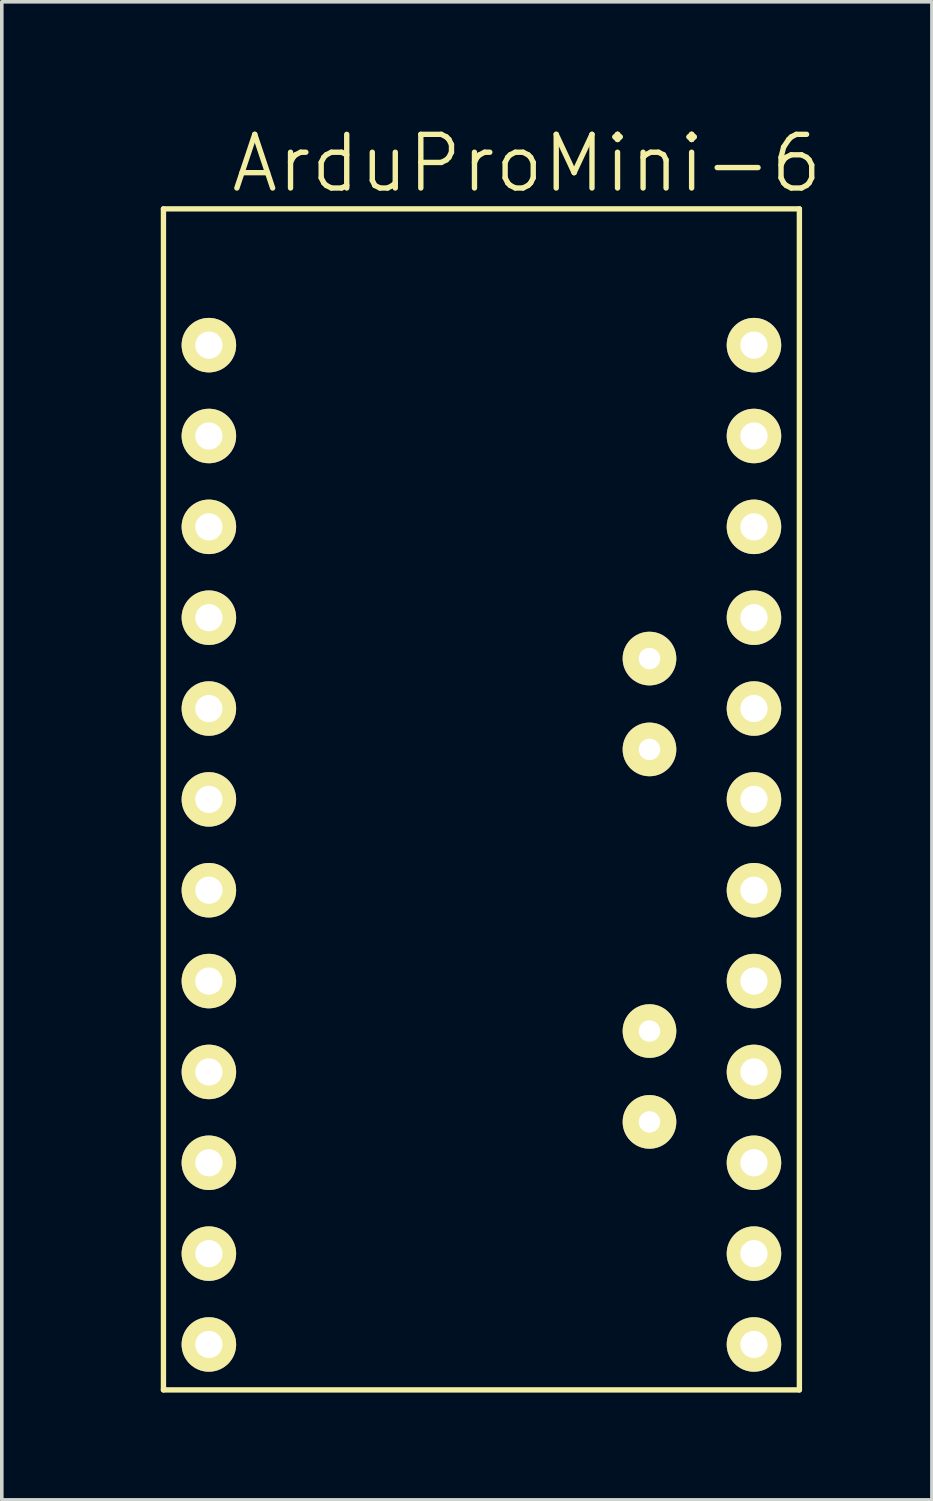
<source format=kicad_pcb>
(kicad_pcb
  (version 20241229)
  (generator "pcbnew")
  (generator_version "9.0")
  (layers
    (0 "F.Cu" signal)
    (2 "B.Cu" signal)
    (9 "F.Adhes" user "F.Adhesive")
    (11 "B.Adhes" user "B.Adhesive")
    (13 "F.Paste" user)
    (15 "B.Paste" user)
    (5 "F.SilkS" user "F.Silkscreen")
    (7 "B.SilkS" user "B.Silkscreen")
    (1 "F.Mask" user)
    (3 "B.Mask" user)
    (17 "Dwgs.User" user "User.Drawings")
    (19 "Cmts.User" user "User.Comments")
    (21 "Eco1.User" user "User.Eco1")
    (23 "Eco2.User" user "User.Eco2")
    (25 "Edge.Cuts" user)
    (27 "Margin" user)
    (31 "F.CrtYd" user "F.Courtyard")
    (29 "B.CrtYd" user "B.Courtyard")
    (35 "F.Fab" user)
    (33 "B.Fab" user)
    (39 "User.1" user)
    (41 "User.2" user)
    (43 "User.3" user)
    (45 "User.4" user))
  (footprint "ArduProMini-6"
    (layer "F.Cu")
    (at 0.25 0.25)
    (property "Reference" "ArduProMini-6" (at 11.43 1.27 0) (layer "F.SilkS") (effects (font (size 1.5 1.5) (thickness 0.15))))
    (attr through_hole)
    (fp_line (start 1.27 2.54) (end 19.05 2.54) (stroke (width 0.15) (type solid)) (layer "F.SilkS"))
    (fp_line (start 1.27 35.56) (end 1.27 2.54) (stroke (width 0.15) (type solid)) (layer "F.SilkS"))
    (fp_line (start 1.27 35.56) (end 19.05 35.56) (stroke (width 0.15) (type solid)) (layer "F.SilkS"))
    (fp_line (start 19.05 2.54) (end 19.05 35.56) (stroke (width 0.15) (type solid)) (layer "F.SilkS"))
    (pad "7" thru_hole circle (at 2.54 6.35) (size 1.524 1.524) (drill 0.762) (layers "*.Cu" "*.Mask" "F.SilkS"))
    (pad "8" thru_hole circle (at 2.54 8.89) (size 1.524 1.524) (drill 0.762) (layers "*.Cu" "*.Mask" "F.SilkS"))
    (pad "9" thru_hole circle (at 2.54 11.43) (size 1.524 1.524) (drill 0.762) (layers "*.Cu" "*.Mask" "F.SilkS"))
    (pad "10" thru_hole circle (at 2.54 13.97) (size 1.524 1.524) (drill 0.762) (layers "*.Cu" "*.Mask" "F.SilkS"))
    (pad "11" thru_hole circle (at 2.54 16.51) (size 1.524 1.524) (drill 0.762) (layers "*.Cu" "*.Mask" "F.SilkS"))
    (pad "12" thru_hole circle (at 2.54 19.05) (size 1.524 1.524) (drill 0.762) (layers "*.Cu" "*.Mask" "F.SilkS"))
    (pad "13" thru_hole circle (at 2.54 21.59) (size 1.524 1.524) (drill 0.762) (layers "*.Cu" "*.Mask" "F.SilkS"))
    (pad "14" thru_hole circle (at 2.54 24.13) (size 1.524 1.524) (drill 0.762) (layers "*.Cu" "*.Mask" "F.SilkS"))
    (pad "15" thru_hole circle (at 2.54 26.67) (size 1.524 1.524) (drill 0.762) (layers "*.Cu" "*.Mask" "F.SilkS"))
    (pad "16" thru_hole circle (at 2.54 29.21) (size 1.524 1.524) (drill 0.762) (layers "*.Cu" "*.Mask" "F.SilkS"))
    (pad "17" thru_hole circle (at 2.54 31.75) (size 1.524 1.524) (drill 0.762) (layers "*.Cu" "*.Mask" "F.SilkS"))
    (pad "18" thru_hole circle (at 2.54 34.29) (size 1.524 1.524) (drill 0.762) (layers "*.Cu" "*.Mask" "F.SilkS"))
    (pad "19" thru_hole circle (at 17.78 6.35) (size 1.524 1.524) (drill 0.762) (layers "*.Cu" "*.Mask" "F.SilkS"))
    (pad "20" thru_hole circle (at 17.78 8.89) (size 1.524 1.524) (drill 0.762) (layers "*.Cu" "*.Mask" "F.SilkS"))
    (pad "21" thru_hole circle (at 17.78 11.43) (size 1.524 1.524) (drill 0.762) (layers "*.Cu" "*.Mask" "F.SilkS"))
    (pad "22" thru_hole circle (at 17.78 13.97) (size 1.524 1.524) (drill 0.762) (layers "*.Cu" "*.Mask" "F.SilkS"))
    (pad "23" thru_hole circle (at 17.78 16.51) (size 1.524 1.524) (drill 0.762) (layers "*.Cu" "*.Mask" "F.SilkS"))
    (pad "24" thru_hole circle (at 17.78 19.05) (size 1.524 1.524) (drill 0.762) (layers "*.Cu" "*.Mask" "F.SilkS"))
    (pad "25" thru_hole circle (at 17.78 21.59) (size 1.524 1.524) (drill 0.762) (layers "*.Cu" "*.Mask" "F.SilkS"))
    (pad "26" thru_hole circle (at 17.78 24.13) (size 1.524 1.524) (drill 0.762) (layers "*.Cu" "*.Mask" "F.SilkS"))
    (pad "27" thru_hole circle (at 17.78 26.67) (size 1.524 1.524) (drill 0.762) (layers "*.Cu" "*.Mask" "F.SilkS"))
    (pad "28" thru_hole circle (at 17.78 29.21) (size 1.524 1.524) (drill 0.762) (layers "*.Cu" "*.Mask" "F.SilkS"))
    (pad "29" thru_hole circle (at 17.78 31.75) (size 1.524 1.524) (drill 0.762) (layers "*.Cu" "*.Mask" "F.SilkS"))
    (pad "30" thru_hole circle (at 17.78 34.29) (size 1.524 1.524) (drill 0.762) (layers "*.Cu" "*.Mask" "F.SilkS"))
    (pad "31" thru_hole circle (at 14.859 15.113) (size 1.5 1.5) (drill 0.6) (layers "*.Cu" "*.Mask" "F.SilkS"))
    (pad "32" thru_hole circle (at 14.859 17.653) (size 1.5 1.5) (drill 0.6) (layers "*.Cu" "*.Mask" "F.SilkS"))
    (pad "34" thru_hole circle (at 14.859 25.527) (size 1.5 1.5) (drill 0.6) (layers "*.Cu" "*.Mask" "F.SilkS"))
    (pad "35" thru_hole circle (at 14.859 28.067) (size 1.5 1.5) (drill 0.6) (layers "*.Cu" "*.Mask" "F.SilkS")))
  (gr_rect
    (start -3 -3)
    (end 23.005 38.885)
    (stroke (width 0.1) (type default))
    (fill no)
    (layer "Edge.Cuts")))
</source>
